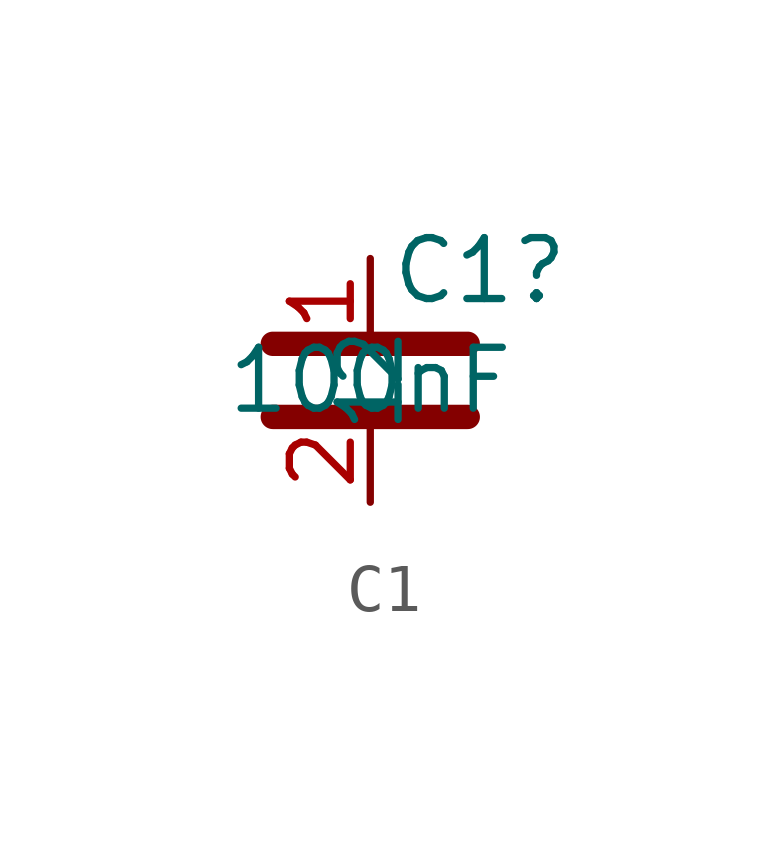
<source format=kicad_sym>
(kicad_symbol_lib
  (version 20241209)
  (generator "kicad_symbol_editor")
  (generator_version "9.0")
  (symbol "C1"
    (property "Reference" "C1"
      (at 2.286 2.286 0)
      (effects (font (size 1.27 1.27))))
    (property "Value" "100nF"
      (at 0 0 0)
      (effects (font (size 1.27 1.27))))
    (symbol "C1_0_1"
      (polyline (pts (xy -2.032 -0.762) (xy 2.032 -0.762)) (stroke (width 0.508) (type default)) (fill (type none)))
      (polyline (pts (xy -2.032 0.762) (xy 2.032 0.762)) (stroke (width 0.508) (type default)) (fill (type none))))
    (symbol "C1_1_1"
      (pin passive line (at 0 2.54 270) (length 1.778) (name "1" (effects (font (size 1.27 1.27)))) (number "1" (effects (font (size 1.27 1.27)))))
      (pin passive line (at 0 -2.54 90) (length 1.778) (name "2" (effects (font (size 1.27 1.27)))) (number "2" (effects (font (size 1.27 1.27))))))))
</source>
